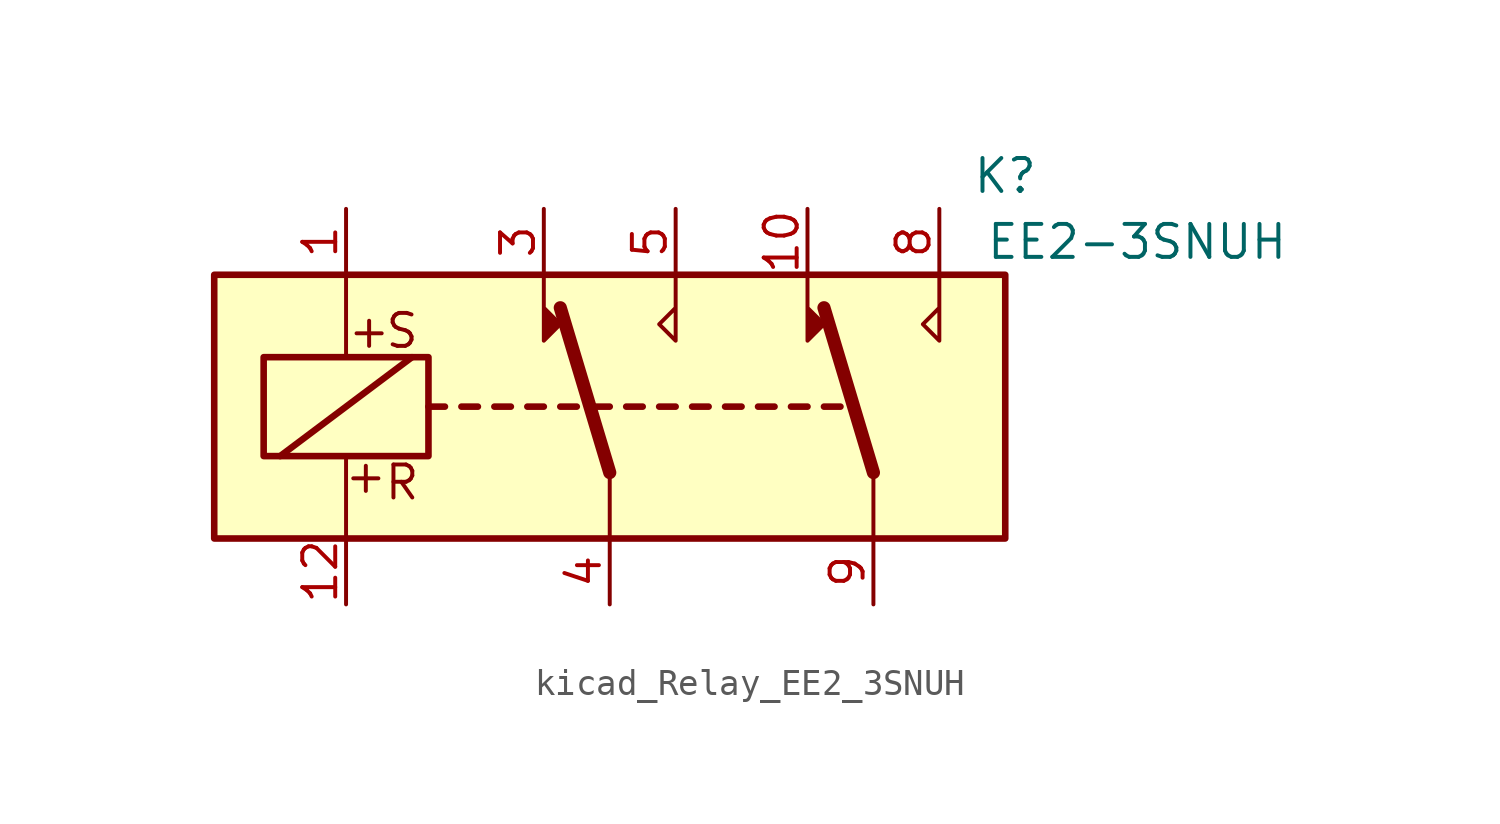
<source format=kicad_sym>
(kicad_symbol_lib
  (version 20220914)
  (generator kicad_symbol_editor)
  (symbol "kicad_Relay_EE2_3SNUH"
    (property "Reference" "K"
      (at 15.24 8.89 0)
      (effects (font (size 1.27 1.27))))
    (property "Value" "EE2-3SNUH"
      (at 20.32 6.35 0)
      (effects (font (size 1.27 1.27))))
    (symbol "kicad_Relay_EE2_3SNUH_1_1"
      (rectangle (start -15.24 5.08) (end 15.24 -5.08) (stroke (width 0.254) (type default)) (fill (type background)))
      (rectangle (start -13.335 1.905) (end -6.985 -1.905) (stroke (width 0.254) (type default)) (fill (type none)))
      (polyline (pts (xy -12.7 -1.905) (xy -7.62 1.905)) (stroke (width 0.254) (type default)) (fill (type none)))
      (polyline (pts (xy -10.16 -5.08) (xy -10.16 -1.905)) (stroke (width 0) (type default)) (fill (type none)))
      (polyline (pts (xy -10.16 5.08) (xy -10.16 1.905)) (stroke (width 0) (type default)) (fill (type none)))
      (polyline (pts (xy -6.985 0) (xy -6.35 0)) (stroke (width 0.254) (type default)) (fill (type none)))
      (polyline (pts (xy -5.715 0) (xy -5.08 0)) (stroke (width 0.254) (type default)) (fill (type none)))
      (polyline (pts (xy -4.445 0) (xy -3.81 0)) (stroke (width 0.254) (type default)) (fill (type none)))
      (polyline (pts (xy -3.175 0) (xy -2.54 0)) (stroke (width 0.254) (type default)) (fill (type none)))
      (polyline (pts (xy -1.905 0) (xy -1.27 0)) (stroke (width 0.254) (type default)) (fill (type none)))
      (polyline (pts (xy -0.635 0) (xy 0 0)) (stroke (width 0.254) (type default)) (fill (type none)))
      (polyline (pts (xy 0 -2.54) (xy -1.905 3.81)) (stroke (width 0.508) (type default)) (fill (type none)))
      (polyline (pts (xy 0 -2.54) (xy 0 -5.08)) (stroke (width 0) (type default)) (fill (type none)))
      (polyline (pts (xy 0.635 0) (xy 1.27 0)) (stroke (width 0.254) (type default)) (fill (type none)))
      (polyline (pts (xy 1.905 0) (xy 2.54 0)) (stroke (width 0.254) (type default)) (fill (type none)))
      (polyline (pts (xy 3.175 0) (xy 3.81 0)) (stroke (width 0.254) (type default)) (fill (type none)))
      (polyline (pts (xy 4.445 0) (xy 5.08 0)) (stroke (width 0.254) (type default)) (fill (type none)))
      (polyline (pts (xy 5.715 0) (xy 6.35 0)) (stroke (width 0.254) (type default)) (fill (type none)))
      (polyline (pts (xy 6.985 0) (xy 7.62 0)) (stroke (width 0.254) (type default)) (fill (type none)))
      (polyline (pts (xy 8.255 0) (xy 8.89 0)) (stroke (width 0.254) (type default)) (fill (type none)))
      (polyline (pts (xy 10.16 -2.54) (xy 8.255 3.81)) (stroke (width 0.508) (type default)) (fill (type none)))
      (polyline (pts (xy 10.16 -2.54) (xy 10.16 -5.08)) (stroke (width 0) (type default)) (fill (type none)))
      (polyline (pts (xy -2.54 5.08) (xy -2.54 2.54) (xy -1.905 3.175) (xy -2.54 3.81)) (stroke (width 0) (type default)) (fill (type outline)))
      (polyline (pts (xy 2.54 5.08) (xy 2.54 2.54) (xy 1.905 3.175) (xy 2.54 3.81)) (stroke (width 0) (type default)) (fill (type none)))
      (polyline (pts (xy 7.62 5.08) (xy 7.62 2.54) (xy 8.255 3.175) (xy 7.62 3.81)) (stroke (width 0) (type default)) (fill (type outline)))
      (polyline (pts (xy 12.7 5.08) (xy 12.7 2.54) (xy 12.065 3.175) (xy 12.7 3.81)) (stroke (width 0) (type default)) (fill (type none)))
      (text "+" (at -9.398 -2.667 0) (effects (font (size 1.27 1.27))))
      (text "+" (at -9.271 2.921 0) (effects (font (size 1.27 1.27))))
      (text "R" (at -8.001 -2.921 0) (effects (font (size 1.27 1.27))))
      (text "S" (at -8.001 2.921 0) (effects (font (size 1.27 1.27))))
      (pin passive line (at -10.16 7.62 270) (length 2.54) (name "~" (effects (font (size 1.27 1.27)))) (number "1" (effects (font (size 1.27 1.27)))))
      (pin passive line (at 7.62 7.62 270) (length 2.54) (name "~" (effects (font (size 1.27 1.27)))) (number "10" (effects (font (size 1.27 1.27)))))
      (pin passive line (at -10.16 -7.62 90) (length 2.54) (name "~" (effects (font (size 1.27 1.27)))) (number "12" (effects (font (size 1.27 1.27)))))
      (pin passive line (at -2.54 7.62 270) (length 2.54) (name "~" (effects (font (size 1.27 1.27)))) (number "3" (effects (font (size 1.27 1.27)))))
      (pin passive line (at 0 -7.62 90) (length 2.54) (name "~" (effects (font (size 1.27 1.27)))) (number "4" (effects (font (size 1.27 1.27)))))
      (pin passive line (at 2.54 7.62 270) (length 2.54) (name "~" (effects (font (size 1.27 1.27)))) (number "5" (effects (font (size 1.27 1.27)))))
      (pin passive line (at 12.7 7.62 270) (length 2.54) (name "~" (effects (font (size 1.27 1.27)))) (number "8" (effects (font (size 1.27 1.27)))))
      (pin passive line (at 10.16 -7.62 90) (length 2.54) (name "~" (effects (font (size 1.27 1.27)))) (number "9" (effects (font (size 1.27 1.27))))))))
</source>
